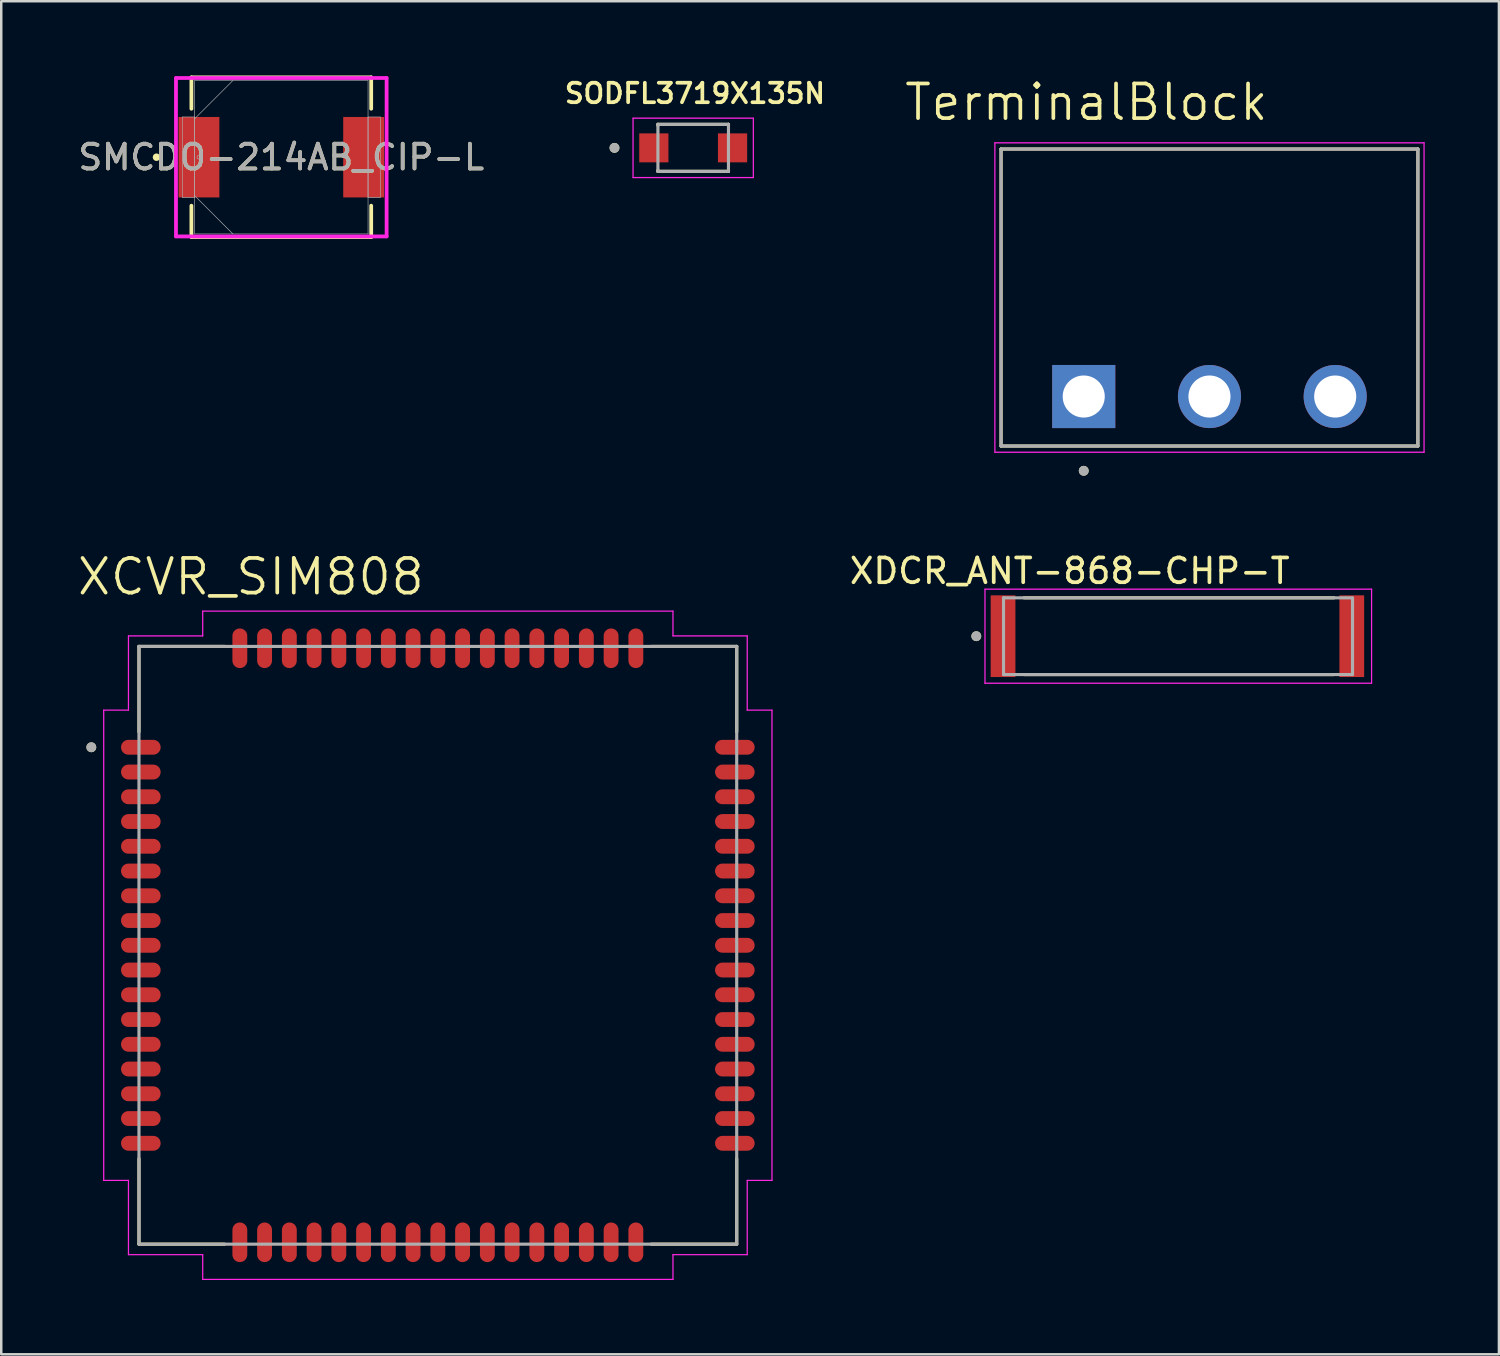
<source format=kicad_pcb>
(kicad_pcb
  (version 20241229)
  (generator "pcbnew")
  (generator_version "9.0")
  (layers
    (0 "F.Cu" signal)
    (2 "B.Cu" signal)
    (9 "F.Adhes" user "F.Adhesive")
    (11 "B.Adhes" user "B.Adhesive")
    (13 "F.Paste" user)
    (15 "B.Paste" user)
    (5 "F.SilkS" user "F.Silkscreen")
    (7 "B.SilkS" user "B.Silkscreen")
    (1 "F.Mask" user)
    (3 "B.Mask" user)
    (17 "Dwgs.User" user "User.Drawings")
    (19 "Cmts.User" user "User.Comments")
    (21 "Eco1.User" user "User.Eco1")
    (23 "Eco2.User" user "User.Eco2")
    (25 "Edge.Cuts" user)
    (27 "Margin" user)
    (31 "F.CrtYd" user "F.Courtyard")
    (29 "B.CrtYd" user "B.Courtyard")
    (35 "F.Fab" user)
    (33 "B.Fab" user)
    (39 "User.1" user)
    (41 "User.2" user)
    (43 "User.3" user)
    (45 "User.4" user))
  (footprint "SMCDO-214AB_CIP-L"
    (layer "F.Cu")
    (at 8.315 3.302)
    (property "Reference" "SMCDO-214AB_CIP-L" (at 0 0 0) (unlocked yes) (layer "F.SilkS") (effects (font (size 1 1) (thickness 0.15))))
    (attr smd)
    (fp_line (start -3.632 -3.226) (end -3.632 -1.958) (stroke (width 0.152) (type solid)) (layer "F.SilkS"))
    (fp_line (start -3.632 1.958) (end -3.632 3.226) (stroke (width 0.152) (type solid)) (layer "F.SilkS"))
    (fp_line (start -3.632 3.226) (end 3.632 3.226) (stroke (width 0.152) (type solid)) (layer "F.SilkS"))
    (fp_line (start 3.632 -3.226) (end -3.632 -3.226) (stroke (width 0.152) (type solid)) (layer "F.SilkS"))
    (fp_line (start 3.632 -1.958) (end 3.632 -3.226) (stroke (width 0.152) (type solid)) (layer "F.SilkS"))
    (fp_line (start 3.632 3.226) (end 3.632 1.958) (stroke (width 0.152) (type solid)) (layer "F.SilkS"))
    (fp_circle (center -5.042 0) (end -4.966 0) (stroke (width 0.152) (type solid)) (fill no) (layer "F.SilkS"))
    (fp_line (start -4.255 -3.2) (end 4.255 -3.2) (stroke (width 0.152) (type solid)) (layer "F.CrtYd"))
    (fp_line (start -4.255 3.2) (end -4.255 -3.2) (stroke (width 0.152) (type solid)) (layer "F.CrtYd"))
    (fp_line (start 4.255 -3.2) (end 4.255 3.2) (stroke (width 0.152) (type solid)) (layer "F.CrtYd"))
    (fp_line (start 4.255 3.2) (end -4.255 3.2) (stroke (width 0.152) (type solid)) (layer "F.CrtYd"))
    (fp_line (start -4 -1.626) (end -4 1.626) (stroke (width 0.025) (type solid)) (layer "F.Fab"))
    (fp_line (start -4 1.626) (end -3.505 1.626) (stroke (width 0.025) (type solid)) (layer "F.Fab"))
    (fp_line (start -3.505 -3.099) (end -3.505 3.099) (stroke (width 0.025) (type solid)) (layer "F.Fab"))
    (fp_line (start -3.505 -1.626) (end -4 -1.626) (stroke (width 0.025) (type solid)) (layer "F.Fab"))
    (fp_line (start -3.505 -1.549) (end -1.956 -3.099) (stroke (width 0.025) (type solid)) (layer "F.Fab"))
    (fp_line (start -3.505 1.549) (end -1.956 3.099) (stroke (width 0.025) (type solid)) (layer "F.Fab"))
    (fp_line (start -3.505 1.626) (end -3.505 -1.626) (stroke (width 0.025) (type solid)) (layer "F.Fab"))
    (fp_line (start -3.505 3.099) (end 3.505 3.099) (stroke (width 0.025) (type solid)) (layer "F.Fab"))
    (fp_line (start 3.505 -3.099) (end -3.505 -3.099) (stroke (width 0.025) (type solid)) (layer "F.Fab"))
    (fp_line (start 3.505 -1.626) (end 3.505 1.626) (stroke (width 0.025) (type solid)) (layer "F.Fab"))
    (fp_line (start 3.505 1.626) (end 4 1.626) (stroke (width 0.025) (type solid)) (layer "F.Fab"))
    (fp_line (start 3.505 3.099) (end 3.505 -3.099) (stroke (width 0.025) (type solid)) (layer "F.Fab"))
    (fp_line (start 4 -1.626) (end 3.505 -1.626) (stroke (width 0.025) (type solid)) (layer "F.Fab"))
    (fp_line (start 4 1.626) (end 4 -1.626) (stroke (width 0.025) (type solid)) (layer "F.Fab"))
    (fp_circle (center -3.327 0) (end -3.251 0) (stroke (width 0.025) (type solid)) (fill no) (layer "F.Fab"))
    (fp_text user "${REFERENCE}" (at 0 0 0) (unlocked yes) (layer "F.Fab") (effects (font (size 1 1) (thickness 0.15))))
    (pad "1" smd rect (at -3.327 0) (size 1.651 3.251) (layers "F.Cu" "F.Mask" "F.Paste"))
    (pad "2" smd rect (at 3.327 0) (size 1.651 3.251) (layers "F.Cu" "F.Mask" "F.Paste"))
    (zone (net_name "") (layer "F.Cu") (hatch full 0.508) (connect_pads) (min_thickness 0.254) (filled_areas_thickness no) (keepout (tracks not_allowed) (vias not_allowed) (pads allowed) (copperpour not_allowed) (footprints allowed)) (placement (enabled no)) (fill) (polygon (pts (xy 5.864 0.254) (xy 10.767 0.254) (xy 10.767 6.35) (xy 5.864 6.35)))))
  (footprint "SODFL3719X135N"
    (layer "F.Cu")
    (at 24.957 2.924)
    (property "Reference" "SODFL3719X135N" (at 0.07 -2.2 0) (layer "F.SilkS") (effects (font (size 0.787 0.787) (thickness 0.15))))
    (attr smd)
    (fp_line (start -1.425 -0.95) (end -1.425 -0.905) (stroke (width 0.127) (type solid)) (layer "F.SilkS"))
    (fp_line (start -1.425 0.95) (end -1.425 0.905) (stroke (width 0.127) (type solid)) (layer "F.SilkS"))
    (fp_line (start -1.425 0.95) (end 1.425 0.95) (stroke (width 0.127) (type solid)) (layer "F.SilkS"))
    (fp_line (start 1.425 -0.95) (end -1.425 -0.95) (stroke (width 0.127) (type solid)) (layer "F.SilkS"))
    (fp_line (start 1.425 -0.905) (end 1.425 -0.95) (stroke (width 0.127) (type solid)) (layer "F.SilkS"))
    (fp_line (start 1.425 0.95) (end 1.425 0.905) (stroke (width 0.127) (type solid)) (layer "F.SilkS"))
    (fp_circle (center -3.18 0) (end -3.08 0) (stroke (width 0.2) (type solid)) (fill no) (layer "F.SilkS"))
    (fp_line (start -2.43 -1.2) (end -2.43 1.2) (stroke (width 0.05) (type solid)) (layer "F.CrtYd"))
    (fp_line (start -2.43 1.2) (end 2.43 1.2) (stroke (width 0.05) (type solid)) (layer "F.CrtYd"))
    (fp_line (start 2.43 -1.2) (end -2.43 -1.2) (stroke (width 0.05) (type solid)) (layer "F.CrtYd"))
    (fp_line (start 2.43 1.2) (end 2.43 -1.2) (stroke (width 0.05) (type solid)) (layer "F.CrtYd"))
    (fp_line (start -1.425 -0.95) (end -1.425 0.95) (stroke (width 0.127) (type solid)) (layer "F.Fab"))
    (fp_line (start -1.425 0.95) (end 1.425 0.95) (stroke (width 0.127) (type solid)) (layer "F.Fab"))
    (fp_line (start 1.425 -0.95) (end -1.425 -0.95) (stroke (width 0.127) (type solid)) (layer "F.Fab"))
    (fp_line (start 1.425 0.95) (end 1.425 -0.95) (stroke (width 0.127) (type solid)) (layer "F.Fab"))
    (fp_circle (center -3.18 0) (end -3.08 0) (stroke (width 0.2) (type solid)) (fill no) (layer "F.Fab"))
    (pad "A" smd rect (at 1.59 0) (size 1.18 1.17) (layers "F.Cu" "F.Mask" "F.Paste"))
    (pad "C" smd rect (at -1.59 0) (size 1.18 1.17) (layers "F.Cu" "F.Mask" "F.Paste")))
  (footprint "XCVR_SIM808"
    (layer "F.Cu")
    (at 14.64 35.142)
    (property "Reference" "XCVR_SIM808" (at -7.555 -14.889 0) (layer "F.SilkS") (effects (font (size 1.4 1.4) (thickness 0.15))))
    (attr smd)
    (fp_line (start -12.075 -12.075) (end -8.62 -12.075) (stroke (width 0.127) (type solid)) (layer "F.SilkS"))
    (fp_line (start -12.075 -8.62) (end -12.075 -12.075) (stroke (width 0.127) (type solid)) (layer "F.SilkS"))
    (fp_line (start -12.075 12.075) (end -12.075 8.62) (stroke (width 0.127) (type solid)) (layer "F.SilkS"))
    (fp_line (start -8.62 12.075) (end -12.075 12.075) (stroke (width 0.127) (type solid)) (layer "F.SilkS"))
    (fp_line (start 8.62 -12.075) (end 12.075 -12.075) (stroke (width 0.127) (type solid)) (layer "F.SilkS"))
    (fp_line (start 12.075 -12.075) (end 12.075 -8.62) (stroke (width 0.127) (type solid)) (layer "F.SilkS"))
    (fp_line (start 12.075 8.62) (end 12.075 12.075) (stroke (width 0.127) (type solid)) (layer "F.SilkS"))
    (fp_line (start 12.075 12.075) (end 8.62 12.075) (stroke (width 0.127) (type solid)) (layer "F.SilkS"))
    (fp_circle (center -14 -8) (end -13.9 -8) (stroke (width 0.2) (type solid)) (fill no) (layer "F.SilkS"))
    (fp_line (start -13.5 -9.5) (end -12.5 -9.5) (stroke (width 0.05) (type solid)) (layer "F.CrtYd"))
    (fp_line (start -13.5 9.5) (end -13.5 -9.5) (stroke (width 0.05) (type solid)) (layer "F.CrtYd"))
    (fp_line (start -12.5 -12.5) (end -9.5 -12.5) (stroke (width 0.05) (type solid)) (layer "F.CrtYd"))
    (fp_line (start -12.5 -9.5) (end -12.5 -12.5) (stroke (width 0.05) (type solid)) (layer "F.CrtYd"))
    (fp_line (start -12.5 9.5) (end -13.5 9.5) (stroke (width 0.05) (type solid)) (layer "F.CrtYd"))
    (fp_line (start -12.5 12.5) (end -12.5 9.5) (stroke (width 0.05) (type solid)) (layer "F.CrtYd"))
    (fp_line (start -9.5 -13.5) (end 9.5 -13.5) (stroke (width 0.05) (type solid)) (layer "F.CrtYd"))
    (fp_line (start -9.5 -12.5) (end -9.5 -13.5) (stroke (width 0.05) (type solid)) (layer "F.CrtYd"))
    (fp_line (start -9.5 12.5) (end -12.5 12.5) (stroke (width 0.05) (type solid)) (layer "F.CrtYd"))
    (fp_line (start -9.5 13.5) (end -9.5 12.5) (stroke (width 0.05) (type solid)) (layer "F.CrtYd"))
    (fp_line (start 9.5 -13.5) (end 9.5 -12.5) (stroke (width 0.05) (type solid)) (layer "F.CrtYd"))
    (fp_line (start 9.5 -12.5) (end 12.5 -12.5) (stroke (width 0.05) (type solid)) (layer "F.CrtYd"))
    (fp_line (start 9.5 12.5) (end 9.5 13.5) (stroke (width 0.05) (type solid)) (layer "F.CrtYd"))
    (fp_line (start 9.5 13.5) (end -9.5 13.5) (stroke (width 0.05) (type solid)) (layer "F.CrtYd"))
    (fp_line (start 12.5 -12.5) (end 12.5 -9.5) (stroke (width 0.05) (type solid)) (layer "F.CrtYd"))
    (fp_line (start 12.5 -9.5) (end 13.5 -9.5) (stroke (width 0.05) (type solid)) (layer "F.CrtYd"))
    (fp_line (start 12.5 9.5) (end 12.5 12.5) (stroke (width 0.05) (type solid)) (layer "F.CrtYd"))
    (fp_line (start 12.5 12.5) (end 9.5 12.5) (stroke (width 0.05) (type solid)) (layer "F.CrtYd"))
    (fp_line (start 13.5 -9.5) (end 13.5 9.5) (stroke (width 0.05) (type solid)) (layer "F.CrtYd"))
    (fp_line (start 13.5 9.5) (end 12.5 9.5) (stroke (width 0.05) (type solid)) (layer "F.CrtYd"))
    (fp_line (start -12.075 -12.075) (end 12.075 -12.075) (stroke (width 0.127) (type solid)) (layer "F.Fab"))
    (fp_line (start -12.075 12.075) (end -12.075 -12.075) (stroke (width 0.127) (type solid)) (layer "F.Fab"))
    (fp_line (start 12.075 -12.075) (end 12.075 12.075) (stroke (width 0.127) (type solid)) (layer "F.Fab"))
    (fp_line (start 12.075 12.075) (end -12.075 12.075) (stroke (width 0.127) (type solid)) (layer "F.Fab"))
    (fp_circle (center -14 -8) (end -13.9 -8) (stroke (width 0.2) (type solid)) (fill no) (layer "F.Fab"))
    (pad "1" smd oval (at -12 -8) (size 1.6 0.6) (layers "F.Cu" "F.Mask" "F.Paste"))
    (pad "2" smd oval (at -12 -7) (size 1.6 0.6) (layers "F.Cu" "F.Mask" "F.Paste"))
    (pad "3" smd oval (at -12 -6) (size 1.6 0.6) (layers "F.Cu" "F.Mask" "F.Paste"))
    (pad "4" smd oval (at -12 -5) (size 1.6 0.6) (layers "F.Cu" "F.Mask" "F.Paste"))
    (pad "5" smd oval (at -12 -4) (size 1.6 0.6) (layers "F.Cu" "F.Mask" "F.Paste"))
    (pad "6" smd oval (at -12 -3) (size 1.6 0.6) (layers "F.Cu" "F.Mask" "F.Paste"))
    (pad "7" smd oval (at -12 -2) (size 1.6 0.6) (layers "F.Cu" "F.Mask" "F.Paste"))
    (pad "8" smd oval (at -12 -1) (size 1.6 0.6) (layers "F.Cu" "F.Mask" "F.Paste"))
    (pad "9" smd oval (at -12 0) (size 1.6 0.6) (layers "F.Cu" "F.Mask" "F.Paste"))
    (pad "10" smd oval (at -12 1) (size 1.6 0.6) (layers "F.Cu" "F.Mask" "F.Paste"))
    (pad "11" smd oval (at -12 2) (size 1.6 0.6) (layers "F.Cu" "F.Mask" "F.Paste"))
    (pad "12" smd oval (at -12 3) (size 1.6 0.6) (layers "F.Cu" "F.Mask" "F.Paste"))
    (pad "13" smd oval (at -12 4) (size 1.6 0.6) (layers "F.Cu" "F.Mask" "F.Paste"))
    (pad "14" smd oval (at -12 5) (size 1.6 0.6) (layers "F.Cu" "F.Mask" "F.Paste"))
    (pad "15" smd oval (at -12 6) (size 1.6 0.6) (layers "F.Cu" "F.Mask" "F.Paste"))
    (pad "16" smd oval (at -12 7) (size 1.6 0.6) (layers "F.Cu" "F.Mask" "F.Paste"))
    (pad "17" smd oval (at -12 8) (size 1.6 0.6) (layers "F.Cu" "F.Mask" "F.Paste"))
    (pad "18" smd oval (at -8 12) (size 0.6 1.6) (layers "F.Cu" "F.Mask" "F.Paste"))
    (pad "19" smd oval (at -7 12) (size 0.6 1.6) (layers "F.Cu" "F.Mask" "F.Paste"))
    (pad "20" smd oval (at -6 12) (size 0.6 1.6) (layers "F.Cu" "F.Mask" "F.Paste"))
    (pad "21" smd oval (at -5 12) (size 0.6 1.6) (layers "F.Cu" "F.Mask" "F.Paste"))
    (pad "22" smd oval (at -4 12) (size 0.6 1.6) (layers "F.Cu" "F.Mask" "F.Paste"))
    (pad "23" smd oval (at -3 12) (size 0.6 1.6) (layers "F.Cu" "F.Mask" "F.Paste"))
    (pad "24" smd oval (at -2 12) (size 0.6 1.6) (layers "F.Cu" "F.Mask" "F.Paste"))
    (pad "25" smd oval (at -1 12) (size 0.6 1.6) (layers "F.Cu" "F.Mask" "F.Paste"))
    (pad "26" smd oval (at 0 12) (size 0.6 1.6) (layers "F.Cu" "F.Mask" "F.Paste"))
    (pad "27" smd oval (at 1 12) (size 0.6 1.6) (layers "F.Cu" "F.Mask" "F.Paste"))
    (pad "28" smd oval (at 2 12) (size 0.6 1.6) (layers "F.Cu" "F.Mask" "F.Paste"))
    (pad "29" smd oval (at 3 12) (size 0.6 1.6) (layers "F.Cu" "F.Mask" "F.Paste"))
    (pad "30" smd oval (at 4 12) (size 0.6 1.6) (layers "F.Cu" "F.Mask" "F.Paste"))
    (pad "31" smd oval (at 5 12) (size 0.6 1.6) (layers "F.Cu" "F.Mask" "F.Paste"))
    (pad "32" smd oval (at 6 12) (size 0.6 1.6) (layers "F.Cu" "F.Mask" "F.Paste"))
    (pad "33" smd oval (at 7 12) (size 0.6 1.6) (layers "F.Cu" "F.Mask" "F.Paste"))
    (pad "34" smd oval (at 8 12) (size 0.6 1.6) (layers "F.Cu" "F.Mask" "F.Paste"))
    (pad "35" smd oval (at 12 8) (size 1.6 0.6) (layers "F.Cu" "F.Mask" "F.Paste"))
    (pad "36" smd oval (at 12 7) (size 1.6 0.6) (layers "F.Cu" "F.Mask" "F.Paste"))
    (pad "37" smd oval (at 12 6) (size 1.6 0.6) (layers "F.Cu" "F.Mask" "F.Paste"))
    (pad "38" smd oval (at 12 5) (size 1.6 0.6) (layers "F.Cu" "F.Mask" "F.Paste"))
    (pad "39" smd oval (at 12 4) (size 1.6 0.6) (layers "F.Cu" "F.Mask" "F.Paste"))
    (pad "40" smd oval (at 12 3) (size 1.6 0.6) (layers "F.Cu" "F.Mask" "F.Paste"))
    (pad "41" smd oval (at 12 2) (size 1.6 0.6) (layers "F.Cu" "F.Mask" "F.Paste"))
    (pad "42" smd oval (at 12 1) (size 1.6 0.6) (layers "F.Cu" "F.Mask" "F.Paste"))
    (pad "43" smd oval (at 12 0) (size 1.6 0.6) (layers "F.Cu" "F.Mask" "F.Paste"))
    (pad "44" smd oval (at 12 -1) (size 1.6 0.6) (layers "F.Cu" "F.Mask" "F.Paste"))
    (pad "45" smd oval (at 12 -2) (size 1.6 0.6) (layers "F.Cu" "F.Mask" "F.Paste"))
    (pad "46" smd oval (at 12 -3) (size 1.6 0.6) (layers "F.Cu" "F.Mask" "F.Paste"))
    (pad "47" smd oval (at 12 -4) (size 1.6 0.6) (layers "F.Cu" "F.Mask" "F.Paste"))
    (pad "48" smd oval (at 12 -5) (size 1.6 0.6) (layers "F.Cu" "F.Mask" "F.Paste"))
    (pad "49" smd oval (at 12 -6) (size 1.6 0.6) (layers "F.Cu" "F.Mask" "F.Paste"))
    (pad "50" smd oval (at 12 -7) (size 1.6 0.6) (layers "F.Cu" "F.Mask" "F.Paste"))
    (pad "51" smd oval (at 12 -8) (size 1.6 0.6) (layers "F.Cu" "F.Mask" "F.Paste"))
    (pad "52" smd oval (at 8 -12) (size 0.6 1.6) (layers "F.Cu" "F.Mask" "F.Paste"))
    (pad "53" smd oval (at 7 -12) (size 0.6 1.6) (layers "F.Cu" "F.Mask" "F.Paste"))
    (pad "54" smd oval (at 6 -12) (size 0.6 1.6) (layers "F.Cu" "F.Mask" "F.Paste"))
    (pad "55" smd oval (at 5 -12) (size 0.6 1.6) (layers "F.Cu" "F.Mask" "F.Paste"))
    (pad "56" smd oval (at 4 -12) (size 0.6 1.6) (layers "F.Cu" "F.Mask" "F.Paste"))
    (pad "57" smd oval (at 3 -12) (size 0.6 1.6) (layers "F.Cu" "F.Mask" "F.Paste"))
    (pad "58" smd oval (at 2 -12) (size 0.6 1.6) (layers "F.Cu" "F.Mask" "F.Paste"))
    (pad "59" smd oval (at 1 -12) (size 0.6 1.6) (layers "F.Cu" "F.Mask" "F.Paste"))
    (pad "60" smd oval (at 0 -12) (size 0.6 1.6) (layers "F.Cu" "F.Mask" "F.Paste"))
    (pad "61" smd oval (at -1 -12) (size 0.6 1.6) (layers "F.Cu" "F.Mask" "F.Paste"))
    (pad "62" smd oval (at -2 -12) (size 0.6 1.6) (layers "F.Cu" "F.Mask" "F.Paste"))
    (pad "63" smd oval (at -3 -12) (size 0.6 1.6) (layers "F.Cu" "F.Mask" "F.Paste"))
    (pad "64" smd oval (at -4 -12) (size 0.6 1.6) (layers "F.Cu" "F.Mask" "F.Paste"))
    (pad "65" smd oval (at -5 -12) (size 0.6 1.6) (layers "F.Cu" "F.Mask" "F.Paste"))
    (pad "66" smd oval (at -6 -12) (size 0.6 1.6) (layers "F.Cu" "F.Mask" "F.Paste"))
    (pad "67" smd oval (at -7 -12) (size 0.6 1.6) (layers "F.Cu" "F.Mask" "F.Paste"))
    (pad "68" smd oval (at -8 -12) (size 0.6 1.6) (layers "F.Cu" "F.Mask" "F.Paste")))
  (footprint "XDCR_ANT-868-CHP-T"
    (layer "F.Cu")
    (at 45.496 22.654)
    (property "Reference" "XDCR_ANT-868-CHP-T" (at -5.325 -2.635 0) (layer "F.SilkS") (effects (font (size 1 1) (thickness 0.15))))
    (attr smd)
    (fp_line (start -7.173 -1.55) (end 5.35 -1.55) (stroke (width 0.127) (type solid)) (layer "F.SilkS"))
    (fp_line (start 5.33 1.55) (end -7.173 1.55) (stroke (width 0.127) (type solid)) (layer "F.SilkS"))
    (fp_circle (center -9.1 0) (end -9 0) (stroke (width 0.2) (type solid)) (fill no) (layer "F.SilkS"))
    (fp_line (start -8.75 -1.9) (end 6.87 -1.9) (stroke (width 0.05) (type solid)) (layer "F.CrtYd"))
    (fp_line (start -8.75 1.9) (end -8.75 -1.9) (stroke (width 0.05) (type solid)) (layer "F.CrtYd"))
    (fp_line (start 6.87 -1.9) (end 6.87 1.89) (stroke (width 0.05) (type solid)) (layer "F.CrtYd"))
    (fp_line (start 6.87 1.9) (end -8.75 1.9) (stroke (width 0.05) (type solid)) (layer "F.CrtYd"))
    (fp_line (start -8 -1.55) (end 6.1 -1.55) (stroke (width 0.127) (type solid)) (layer "F.Fab"))
    (fp_line (start -8 1.55) (end -8 -1.55) (stroke (width 0.127) (type solid)) (layer "F.Fab"))
    (fp_line (start 6.1 -1.54) (end 6.1 1.55) (stroke (width 0.127) (type solid)) (layer "F.Fab"))
    (fp_line (start 6.1 1.55) (end -8 1.55) (stroke (width 0.127) (type solid)) (layer "F.Fab"))
    (fp_circle (center -9.1 0) (end -9 0) (stroke (width 0.2) (type solid)) (fill no) (layer "F.Fab"))
    (pad "1" smd rect (at -8.02 0) (size 1 3.3) (layers "F.Cu" "F.Mask" "F.Paste"))
    (pad "2" smd rect (at 6.07 0) (size 1 3.3) (layers "F.Cu" "F.Mask" "F.Paste"))
    (zone (net_name "") (layer "F.Cu") (hatch full 0.508) (connect_pads) (min_thickness 0.01) (filled_areas_thickness no) (keepout (tracks not_allowed) (vias not_allowed) (pads not_allowed) (copperpour not_allowed) (footprints allowed)) (placement (enabled no)) (fill) (polygon (pts (xy 37.996 21.005) (xy 51.066 21.005) (xy 51.066 24.305) (xy 37.996 24.305))))
    (zone (net_name "") (layers "F.Cu" "B.Cu") (hatch full 0.508) (connect_pads) (min_thickness 0.01) (filled_areas_thickness no) (keepout (tracks allowed) (vias not_allowed) (pads allowed) (copperpour allowed) (footprints allowed)) (placement (enabled no)) (fill) (polygon (pts (xy 37.996 21.005) (xy 51.076 21.005) (xy 51.076 24.305) (xy 37.996 24.305)))))
  (footprint "TerminalBlock"
    (layer "F.Cu")
    (at 40.736 12.971)
    (property "Reference" "TerminalBlock" (at 0.105 -11.889 0) (layer "F.SilkS") (effects (font (size 1.4 1.4) (thickness 0.15))))
    (attr through_hole)
    (fp_line (start -3.34 -10) (end 13.5 -10) (stroke (width 0.127) (type solid)) (layer "F.SilkS"))
    (fp_line (start -3.34 2) (end -3.34 -10) (stroke (width 0.127) (type solid)) (layer "F.SilkS"))
    (fp_line (start 13.5 -10) (end 13.5 2) (stroke (width 0.127) (type solid)) (layer "F.SilkS"))
    (fp_line (start 13.5 2) (end -3.34 2) (stroke (width 0.127) (type solid)) (layer "F.SilkS"))
    (fp_circle (center 0 3) (end 0.1 3) (stroke (width 0.2) (type solid)) (fill no) (layer "F.SilkS"))
    (fp_line (start -3.59 -10.25) (end 13.75 -10.25) (stroke (width 0.05) (type solid)) (layer "F.CrtYd"))
    (fp_line (start -3.59 2.25) (end -3.59 -10.25) (stroke (width 0.05) (type solid)) (layer "F.CrtYd"))
    (fp_line (start 13.75 -10.25) (end 13.75 2.25) (stroke (width 0.05) (type solid)) (layer "F.CrtYd"))
    (fp_line (start 13.75 2.25) (end -3.59 2.25) (stroke (width 0.05) (type solid)) (layer "F.CrtYd"))
    (fp_line (start -3.34 -10) (end 13.5 -10) (stroke (width 0.127) (type solid)) (layer "F.Fab"))
    (fp_line (start -3.34 2) (end -3.34 -10) (stroke (width 0.127) (type solid)) (layer "F.Fab"))
    (fp_line (start 13.5 -10) (end 13.5 2) (stroke (width 0.127) (type solid)) (layer "F.Fab"))
    (fp_line (start 13.5 2) (end -3.34 2) (stroke (width 0.127) (type solid)) (layer "F.Fab"))
    (fp_circle (center 0 3) (end 0.1 3) (stroke (width 0.2) (type solid)) (fill no) (layer "F.Fab"))
    (pad "1" thru_hole rect (at 0 0) (size 2.55 2.55) (drill 1.7) (layers "*.Cu" "*.Mask"))
    (pad "2" thru_hole circle (at 5.08 0) (size 2.55 2.55) (drill 1.7) (layers "*.Cu" "*.Mask"))
    (pad "3" thru_hole circle (at 10.16 0) (size 2.55 2.55) (drill 1.7) (layers "*.Cu" "*.Mask")))
  (gr_rect
    (start -3 -3)
    (end 57.511 51.667)
    (stroke (width 0.1) (type default))
    (fill no)
    (layer "Edge.Cuts")))
</source>
